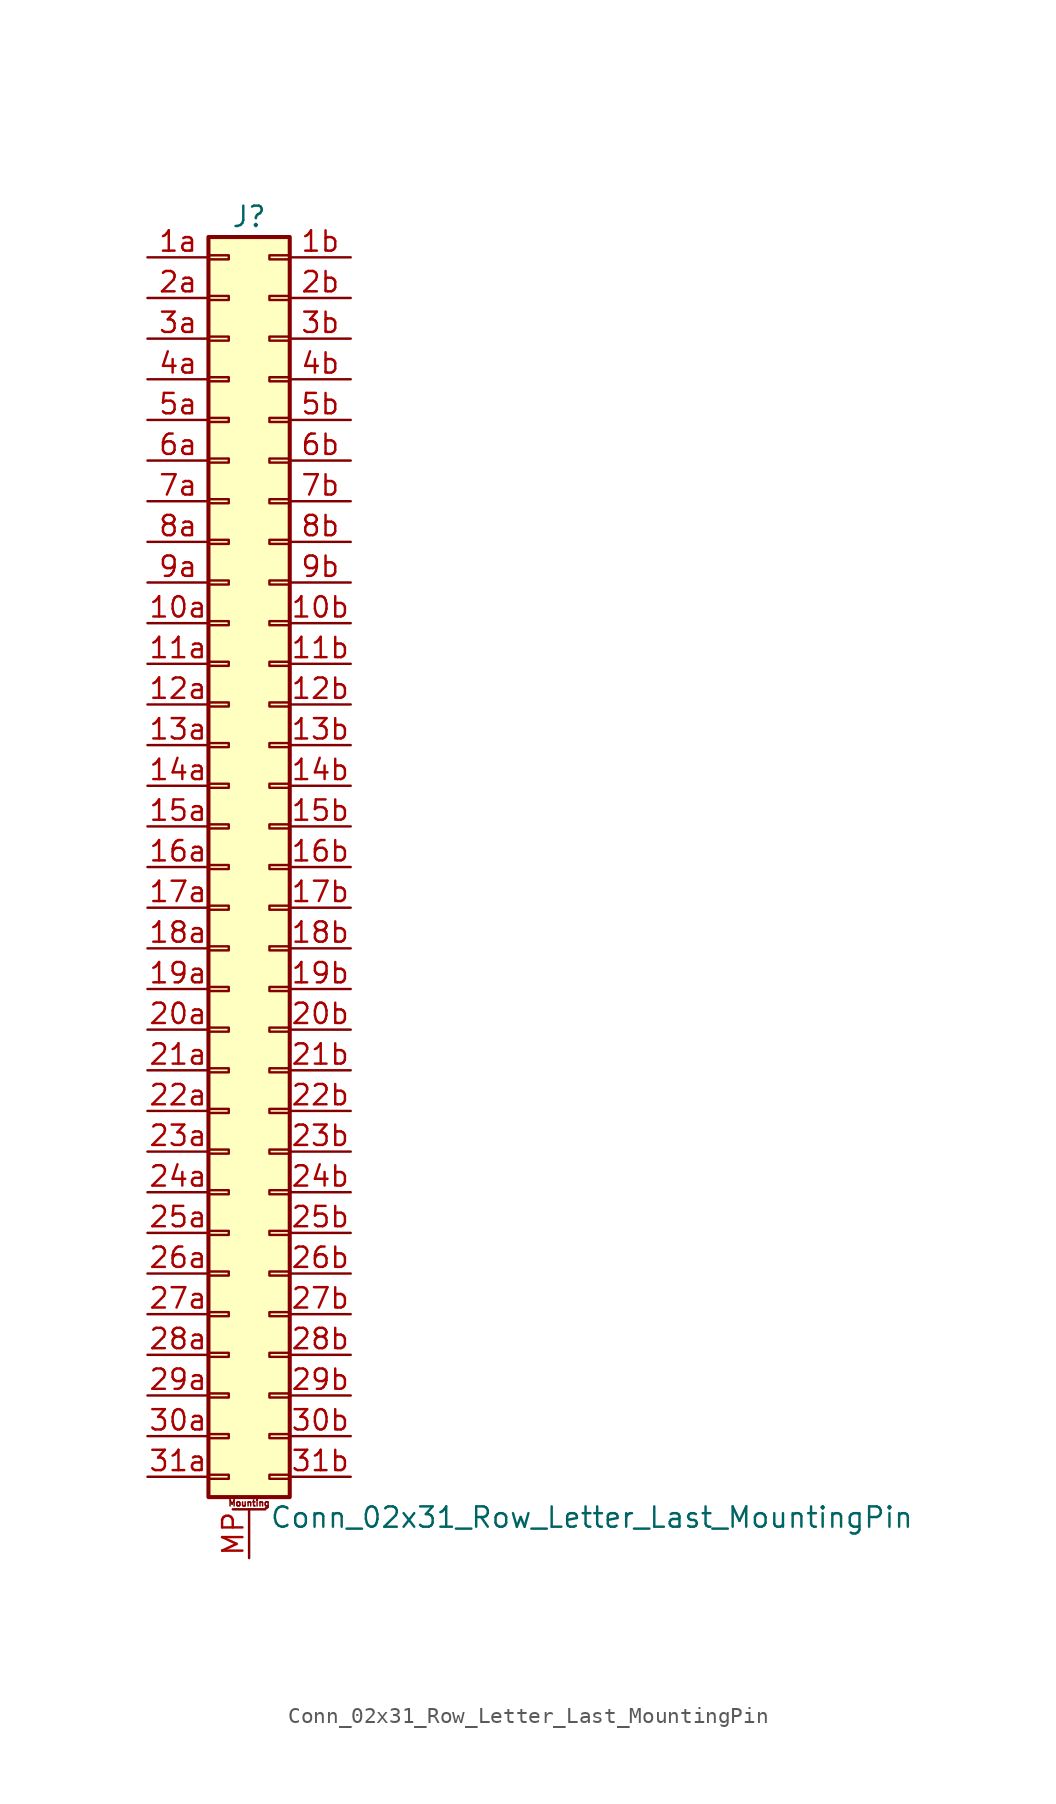
<source format=kicad_sym>
(kicad_symbol_lib
  (version 20211014)
  (generator kicad_symbol_editor)
  (symbol "Conn_02x31_Row_Letter_Last_MountingPin"
    (pin_names
      (offset 1.016) hide)
    (property "Reference" "J"
      (at 1.27 40.64 0)
      (effects (font (size 1.27 1.27))))
    (property "Value" "Conn_02x31_Row_Letter_Last_MountingPin"
      (at 2.54 -40.64 0)
      (effects (font (size 1.27 1.27)) (justify left)))
    (symbol "Conn_02x31_Row_Letter_Last_MountingPin_1_1"
      (rectangle (start -1.27 -37.973) (end 0 -38.227) (stroke (width 0.152) (type default) (color 0 0 0 0)) (fill (type none)))
      (rectangle (start -1.27 -35.433) (end 0 -35.687) (stroke (width 0.152) (type default) (color 0 0 0 0)) (fill (type none)))
      (rectangle (start -1.27 -32.893) (end 0 -33.147) (stroke (width 0.152) (type default) (color 0 0 0 0)) (fill (type none)))
      (rectangle (start -1.27 -30.353) (end 0 -30.607) (stroke (width 0.152) (type default) (color 0 0 0 0)) (fill (type none)))
      (rectangle (start -1.27 -27.813) (end 0 -28.067) (stroke (width 0.152) (type default) (color 0 0 0 0)) (fill (type none)))
      (rectangle (start -1.27 -25.273) (end 0 -25.527) (stroke (width 0.152) (type default) (color 0 0 0 0)) (fill (type none)))
      (rectangle (start -1.27 -22.733) (end 0 -22.987) (stroke (width 0.152) (type default) (color 0 0 0 0)) (fill (type none)))
      (rectangle (start -1.27 -20.193) (end 0 -20.447) (stroke (width 0.152) (type default) (color 0 0 0 0)) (fill (type none)))
      (rectangle (start -1.27 -17.653) (end 0 -17.907) (stroke (width 0.152) (type default) (color 0 0 0 0)) (fill (type none)))
      (rectangle (start -1.27 -15.113) (end 0 -15.367) (stroke (width 0.152) (type default) (color 0 0 0 0)) (fill (type none)))
      (rectangle (start -1.27 -12.573) (end 0 -12.827) (stroke (width 0.152) (type default) (color 0 0 0 0)) (fill (type none)))
      (rectangle (start -1.27 -10.033) (end 0 -10.287) (stroke (width 0.152) (type default) (color 0 0 0 0)) (fill (type none)))
      (rectangle (start -1.27 -7.493) (end 0 -7.747) (stroke (width 0.152) (type default) (color 0 0 0 0)) (fill (type none)))
      (rectangle (start -1.27 -4.953) (end 0 -5.207) (stroke (width 0.152) (type default) (color 0 0 0 0)) (fill (type none)))
      (rectangle (start -1.27 -2.413) (end 0 -2.667) (stroke (width 0.152) (type default) (color 0 0 0 0)) (fill (type none)))
      (rectangle (start -1.27 0.127) (end 0 -0.127) (stroke (width 0.152) (type default) (color 0 0 0 0)) (fill (type none)))
      (rectangle (start -1.27 2.667) (end 0 2.413) (stroke (width 0.152) (type default) (color 0 0 0 0)) (fill (type none)))
      (rectangle (start -1.27 5.207) (end 0 4.953) (stroke (width 0.152) (type default) (color 0 0 0 0)) (fill (type none)))
      (rectangle (start -1.27 7.747) (end 0 7.493) (stroke (width 0.152) (type default) (color 0 0 0 0)) (fill (type none)))
      (rectangle (start -1.27 10.287) (end 0 10.033) (stroke (width 0.152) (type default) (color 0 0 0 0)) (fill (type none)))
      (rectangle (start -1.27 12.827) (end 0 12.573) (stroke (width 0.152) (type default) (color 0 0 0 0)) (fill (type none)))
      (rectangle (start -1.27 15.367) (end 0 15.113) (stroke (width 0.152) (type default) (color 0 0 0 0)) (fill (type none)))
      (rectangle (start -1.27 17.907) (end 0 17.653) (stroke (width 0.152) (type default) (color 0 0 0 0)) (fill (type none)))
      (rectangle (start -1.27 20.447) (end 0 20.193) (stroke (width 0.152) (type default) (color 0 0 0 0)) (fill (type none)))
      (rectangle (start -1.27 22.987) (end 0 22.733) (stroke (width 0.152) (type default) (color 0 0 0 0)) (fill (type none)))
      (rectangle (start -1.27 25.527) (end 0 25.273) (stroke (width 0.152) (type default) (color 0 0 0 0)) (fill (type none)))
      (rectangle (start -1.27 28.067) (end 0 27.813) (stroke (width 0.152) (type default) (color 0 0 0 0)) (fill (type none)))
      (rectangle (start -1.27 30.607) (end 0 30.353) (stroke (width 0.152) (type default) (color 0 0 0 0)) (fill (type none)))
      (rectangle (start -1.27 33.147) (end 0 32.893) (stroke (width 0.152) (type default) (color 0 0 0 0)) (fill (type none)))
      (rectangle (start -1.27 35.687) (end 0 35.433) (stroke (width 0.152) (type default) (color 0 0 0 0)) (fill (type none)))
      (rectangle (start -1.27 38.227) (end 0 37.973) (stroke (width 0.152) (type default) (color 0 0 0 0)) (fill (type none)))
      (rectangle (start -1.27 39.37) (end 3.81 -39.37) (stroke (width 0.254) (type default) (color 0 0 0 0)) (fill (type background)))
      (polyline (pts (xy 0.254 -40.132) (xy 2.286 -40.132)) (stroke (width 0.152) (type default) (color 0 0 0 0)) (fill (type none)))
      (rectangle (start 3.81 -37.973) (end 2.54 -38.227) (stroke (width 0.152) (type default) (color 0 0 0 0)) (fill (type none)))
      (rectangle (start 3.81 -35.433) (end 2.54 -35.687) (stroke (width 0.152) (type default) (color 0 0 0 0)) (fill (type none)))
      (rectangle (start 3.81 -32.893) (end 2.54 -33.147) (stroke (width 0.152) (type default) (color 0 0 0 0)) (fill (type none)))
      (rectangle (start 3.81 -30.353) (end 2.54 -30.607) (stroke (width 0.152) (type default) (color 0 0 0 0)) (fill (type none)))
      (rectangle (start 3.81 -27.813) (end 2.54 -28.067) (stroke (width 0.152) (type default) (color 0 0 0 0)) (fill (type none)))
      (rectangle (start 3.81 -25.273) (end 2.54 -25.527) (stroke (width 0.152) (type default) (color 0 0 0 0)) (fill (type none)))
      (rectangle (start 3.81 -22.733) (end 2.54 -22.987) (stroke (width 0.152) (type default) (color 0 0 0 0)) (fill (type none)))
      (rectangle (start 3.81 -20.193) (end 2.54 -20.447) (stroke (width 0.152) (type default) (color 0 0 0 0)) (fill (type none)))
      (rectangle (start 3.81 -17.653) (end 2.54 -17.907) (stroke (width 0.152) (type default) (color 0 0 0 0)) (fill (type none)))
      (rectangle (start 3.81 -15.113) (end 2.54 -15.367) (stroke (width 0.152) (type default) (color 0 0 0 0)) (fill (type none)))
      (rectangle (start 3.81 -12.573) (end 2.54 -12.827) (stroke (width 0.152) (type default) (color 0 0 0 0)) (fill (type none)))
      (rectangle (start 3.81 -10.033) (end 2.54 -10.287) (stroke (width 0.152) (type default) (color 0 0 0 0)) (fill (type none)))
      (rectangle (start 3.81 -7.493) (end 2.54 -7.747) (stroke (width 0.152) (type default) (color 0 0 0 0)) (fill (type none)))
      (rectangle (start 3.81 -4.953) (end 2.54 -5.207) (stroke (width 0.152) (type default) (color 0 0 0 0)) (fill (type none)))
      (rectangle (start 3.81 -2.413) (end 2.54 -2.667) (stroke (width 0.152) (type default) (color 0 0 0 0)) (fill (type none)))
      (rectangle (start 3.81 0.127) (end 2.54 -0.127) (stroke (width 0.152) (type default) (color 0 0 0 0)) (fill (type none)))
      (rectangle (start 3.81 2.667) (end 2.54 2.413) (stroke (width 0.152) (type default) (color 0 0 0 0)) (fill (type none)))
      (rectangle (start 3.81 5.207) (end 2.54 4.953) (stroke (width 0.152) (type default) (color 0 0 0 0)) (fill (type none)))
      (rectangle (start 3.81 7.747) (end 2.54 7.493) (stroke (width 0.152) (type default) (color 0 0 0 0)) (fill (type none)))
      (rectangle (start 3.81 10.287) (end 2.54 10.033) (stroke (width 0.152) (type default) (color 0 0 0 0)) (fill (type none)))
      (rectangle (start 3.81 12.827) (end 2.54 12.573) (stroke (width 0.152) (type default) (color 0 0 0 0)) (fill (type none)))
      (rectangle (start 3.81 15.367) (end 2.54 15.113) (stroke (width 0.152) (type default) (color 0 0 0 0)) (fill (type none)))
      (rectangle (start 3.81 17.907) (end 2.54 17.653) (stroke (width 0.152) (type default) (color 0 0 0 0)) (fill (type none)))
      (rectangle (start 3.81 20.447) (end 2.54 20.193) (stroke (width 0.152) (type default) (color 0 0 0 0)) (fill (type none)))
      (rectangle (start 3.81 22.987) (end 2.54 22.733) (stroke (width 0.152) (type default) (color 0 0 0 0)) (fill (type none)))
      (rectangle (start 3.81 25.527) (end 2.54 25.273) (stroke (width 0.152) (type default) (color 0 0 0 0)) (fill (type none)))
      (rectangle (start 3.81 28.067) (end 2.54 27.813) (stroke (width 0.152) (type default) (color 0 0 0 0)) (fill (type none)))
      (rectangle (start 3.81 30.607) (end 2.54 30.353) (stroke (width 0.152) (type default) (color 0 0 0 0)) (fill (type none)))
      (rectangle (start 3.81 33.147) (end 2.54 32.893) (stroke (width 0.152) (type default) (color 0 0 0 0)) (fill (type none)))
      (rectangle (start 3.81 35.687) (end 2.54 35.433) (stroke (width 0.152) (type default) (color 0 0 0 0)) (fill (type none)))
      (rectangle (start 3.81 38.227) (end 2.54 37.973) (stroke (width 0.152) (type default) (color 0 0 0 0)) (fill (type none)))
      (text "Mounting" (at 1.27 -39.751 0) (effects (font (size 0.381 0.381))))
      (pin passive line (at -5.08 15.24 0) (length 3.81) (name "Pin_10a" (effects (font (size 1.27 1.27)))) (number "10a" (effects (font (size 1.27 1.27)))))
      (pin passive line (at 7.62 15.24 180) (length 3.81) (name "Pin_10b" (effects (font (size 1.27 1.27)))) (number "10b" (effects (font (size 1.27 1.27)))))
      (pin passive line (at -5.08 12.7 0) (length 3.81) (name "Pin_11a" (effects (font (size 1.27 1.27)))) (number "11a" (effects (font (size 1.27 1.27)))))
      (pin passive line (at 7.62 12.7 180) (length 3.81) (name "Pin_11b" (effects (font (size 1.27 1.27)))) (number "11b" (effects (font (size 1.27 1.27)))))
      (pin passive line (at -5.08 10.16 0) (length 3.81) (name "Pin_12a" (effects (font (size 1.27 1.27)))) (number "12a" (effects (font (size 1.27 1.27)))))
      (pin passive line (at 7.62 10.16 180) (length 3.81) (name "Pin_12b" (effects (font (size 1.27 1.27)))) (number "12b" (effects (font (size 1.27 1.27)))))
      (pin passive line (at -5.08 7.62 0) (length 3.81) (name "Pin_13a" (effects (font (size 1.27 1.27)))) (number "13a" (effects (font (size 1.27 1.27)))))
      (pin passive line (at 7.62 7.62 180) (length 3.81) (name "Pin_13b" (effects (font (size 1.27 1.27)))) (number "13b" (effects (font (size 1.27 1.27)))))
      (pin passive line (at -5.08 5.08 0) (length 3.81) (name "Pin_14a" (effects (font (size 1.27 1.27)))) (number "14a" (effects (font (size 1.27 1.27)))))
      (pin passive line (at 7.62 5.08 180) (length 3.81) (name "Pin_14b" (effects (font (size 1.27 1.27)))) (number "14b" (effects (font (size 1.27 1.27)))))
      (pin passive line (at -5.08 2.54 0) (length 3.81) (name "Pin_15a" (effects (font (size 1.27 1.27)))) (number "15a" (effects (font (size 1.27 1.27)))))
      (pin passive line (at 7.62 2.54 180) (length 3.81) (name "Pin_15b" (effects (font (size 1.27 1.27)))) (number "15b" (effects (font (size 1.27 1.27)))))
      (pin passive line (at -5.08 0 0) (length 3.81) (name "Pin_16a" (effects (font (size 1.27 1.27)))) (number "16a" (effects (font (size 1.27 1.27)))))
      (pin passive line (at 7.62 0 180) (length 3.81) (name "Pin_16b" (effects (font (size 1.27 1.27)))) (number "16b" (effects (font (size 1.27 1.27)))))
      (pin passive line (at -5.08 -2.54 0) (length 3.81) (name "Pin_17a" (effects (font (size 1.27 1.27)))) (number "17a" (effects (font (size 1.27 1.27)))))
      (pin passive line (at 7.62 -2.54 180) (length 3.81) (name "Pin_17b" (effects (font (size 1.27 1.27)))) (number "17b" (effects (font (size 1.27 1.27)))))
      (pin passive line (at -5.08 -5.08 0) (length 3.81) (name "Pin_18a" (effects (font (size 1.27 1.27)))) (number "18a" (effects (font (size 1.27 1.27)))))
      (pin passive line (at 7.62 -5.08 180) (length 3.81) (name "Pin_18b" (effects (font (size 1.27 1.27)))) (number "18b" (effects (font (size 1.27 1.27)))))
      (pin passive line (at -5.08 -7.62 0) (length 3.81) (name "Pin_19a" (effects (font (size 1.27 1.27)))) (number "19a" (effects (font (size 1.27 1.27)))))
      (pin passive line (at 7.62 -7.62 180) (length 3.81) (name "Pin_19b" (effects (font (size 1.27 1.27)))) (number "19b" (effects (font (size 1.27 1.27)))))
      (pin passive line (at -5.08 38.1 0) (length 3.81) (name "Pin_1a" (effects (font (size 1.27 1.27)))) (number "1a" (effects (font (size 1.27 1.27)))))
      (pin passive line (at 7.62 38.1 180) (length 3.81) (name "Pin_1b" (effects (font (size 1.27 1.27)))) (number "1b" (effects (font (size 1.27 1.27)))))
      (pin passive line (at -5.08 -10.16 0) (length 3.81) (name "Pin_20a" (effects (font (size 1.27 1.27)))) (number "20a" (effects (font (size 1.27 1.27)))))
      (pin passive line (at 7.62 -10.16 180) (length 3.81) (name "Pin_20b" (effects (font (size 1.27 1.27)))) (number "20b" (effects (font (size 1.27 1.27)))))
      (pin passive line (at -5.08 -12.7 0) (length 3.81) (name "Pin_21a" (effects (font (size 1.27 1.27)))) (number "21a" (effects (font (size 1.27 1.27)))))
      (pin passive line (at 7.62 -12.7 180) (length 3.81) (name "Pin_21b" (effects (font (size 1.27 1.27)))) (number "21b" (effects (font (size 1.27 1.27)))))
      (pin passive line (at -5.08 -15.24 0) (length 3.81) (name "Pin_22a" (effects (font (size 1.27 1.27)))) (number "22a" (effects (font (size 1.27 1.27)))))
      (pin passive line (at 7.62 -15.24 180) (length 3.81) (name "Pin_22b" (effects (font (size 1.27 1.27)))) (number "22b" (effects (font (size 1.27 1.27)))))
      (pin passive line (at -5.08 -17.78 0) (length 3.81) (name "Pin_23a" (effects (font (size 1.27 1.27)))) (number "23a" (effects (font (size 1.27 1.27)))))
      (pin passive line (at 7.62 -17.78 180) (length 3.81) (name "Pin_23b" (effects (font (size 1.27 1.27)))) (number "23b" (effects (font (size 1.27 1.27)))))
      (pin passive line (at -5.08 -20.32 0) (length 3.81) (name "Pin_24a" (effects (font (size 1.27 1.27)))) (number "24a" (effects (font (size 1.27 1.27)))))
      (pin passive line (at 7.62 -20.32 180) (length 3.81) (name "Pin_24b" (effects (font (size 1.27 1.27)))) (number "24b" (effects (font (size 1.27 1.27)))))
      (pin passive line (at -5.08 -22.86 0) (length 3.81) (name "Pin_25a" (effects (font (size 1.27 1.27)))) (number "25a" (effects (font (size 1.27 1.27)))))
      (pin passive line (at 7.62 -22.86 180) (length 3.81) (name "Pin_25b" (effects (font (size 1.27 1.27)))) (number "25b" (effects (font (size 1.27 1.27)))))
      (pin passive line (at -5.08 -25.4 0) (length 3.81) (name "Pin_26a" (effects (font (size 1.27 1.27)))) (number "26a" (effects (font (size 1.27 1.27)))))
      (pin passive line (at 7.62 -25.4 180) (length 3.81) (name "Pin_26b" (effects (font (size 1.27 1.27)))) (number "26b" (effects (font (size 1.27 1.27)))))
      (pin passive line (at -5.08 -27.94 0) (length 3.81) (name "Pin_27a" (effects (font (size 1.27 1.27)))) (number "27a" (effects (font (size 1.27 1.27)))))
      (pin passive line (at 7.62 -27.94 180) (length 3.81) (name "Pin_27b" (effects (font (size 1.27 1.27)))) (number "27b" (effects (font (size 1.27 1.27)))))
      (pin passive line (at -5.08 -30.48 0) (length 3.81) (name "Pin_28a" (effects (font (size 1.27 1.27)))) (number "28a" (effects (font (size 1.27 1.27)))))
      (pin passive line (at 7.62 -30.48 180) (length 3.81) (name "Pin_28b" (effects (font (size 1.27 1.27)))) (number "28b" (effects (font (size 1.27 1.27)))))
      (pin passive line (at -5.08 -33.02 0) (length 3.81) (name "Pin_29a" (effects (font (size 1.27 1.27)))) (number "29a" (effects (font (size 1.27 1.27)))))
      (pin passive line (at 7.62 -33.02 180) (length 3.81) (name "Pin_29b" (effects (font (size 1.27 1.27)))) (number "29b" (effects (font (size 1.27 1.27)))))
      (pin passive line (at -5.08 35.56 0) (length 3.81) (name "Pin_2a" (effects (font (size 1.27 1.27)))) (number "2a" (effects (font (size 1.27 1.27)))))
      (pin passive line (at 7.62 35.56 180) (length 3.81) (name "Pin_2b" (effects (font (size 1.27 1.27)))) (number "2b" (effects (font (size 1.27 1.27)))))
      (pin passive line (at -5.08 -35.56 0) (length 3.81) (name "Pin_30a" (effects (font (size 1.27 1.27)))) (number "30a" (effects (font (size 1.27 1.27)))))
      (pin passive line (at 7.62 -35.56 180) (length 3.81) (name "Pin_30b" (effects (font (size 1.27 1.27)))) (number "30b" (effects (font (size 1.27 1.27)))))
      (pin passive line (at -5.08 -38.1 0) (length 3.81) (name "Pin_31a" (effects (font (size 1.27 1.27)))) (number "31a" (effects (font (size 1.27 1.27)))))
      (pin passive line (at 7.62 -38.1 180) (length 3.81) (name "Pin_31b" (effects (font (size 1.27 1.27)))) (number "31b" (effects (font (size 1.27 1.27)))))
      (pin passive line (at -5.08 33.02 0) (length 3.81) (name "Pin_3a" (effects (font (size 1.27 1.27)))) (number "3a" (effects (font (size 1.27 1.27)))))
      (pin passive line (at 7.62 33.02 180) (length 3.81) (name "Pin_3b" (effects (font (size 1.27 1.27)))) (number "3b" (effects (font (size 1.27 1.27)))))
      (pin passive line (at -5.08 30.48 0) (length 3.81) (name "Pin_4a" (effects (font (size 1.27 1.27)))) (number "4a" (effects (font (size 1.27 1.27)))))
      (pin passive line (at 7.62 30.48 180) (length 3.81) (name "Pin_4b" (effects (font (size 1.27 1.27)))) (number "4b" (effects (font (size 1.27 1.27)))))
      (pin passive line (at -5.08 27.94 0) (length 3.81) (name "Pin_5a" (effects (font (size 1.27 1.27)))) (number "5a" (effects (font (size 1.27 1.27)))))
      (pin passive line (at 7.62 27.94 180) (length 3.81) (name "Pin_5b" (effects (font (size 1.27 1.27)))) (number "5b" (effects (font (size 1.27 1.27)))))
      (pin passive line (at -5.08 25.4 0) (length 3.81) (name "Pin_6a" (effects (font (size 1.27 1.27)))) (number "6a" (effects (font (size 1.27 1.27)))))
      (pin passive line (at 7.62 25.4 180) (length 3.81) (name "Pin_6b" (effects (font (size 1.27 1.27)))) (number "6b" (effects (font (size 1.27 1.27)))))
      (pin passive line (at -5.08 22.86 0) (length 3.81) (name "Pin_7a" (effects (font (size 1.27 1.27)))) (number "7a" (effects (font (size 1.27 1.27)))))
      (pin passive line (at 7.62 22.86 180) (length 3.81) (name "Pin_7b" (effects (font (size 1.27 1.27)))) (number "7b" (effects (font (size 1.27 1.27)))))
      (pin passive line (at -5.08 20.32 0) (length 3.81) (name "Pin_8a" (effects (font (size 1.27 1.27)))) (number "8a" (effects (font (size 1.27 1.27)))))
      (pin passive line (at 7.62 20.32 180) (length 3.81) (name "Pin_8b" (effects (font (size 1.27 1.27)))) (number "8b" (effects (font (size 1.27 1.27)))))
      (pin passive line (at -5.08 17.78 0) (length 3.81) (name "Pin_9a" (effects (font (size 1.27 1.27)))) (number "9a" (effects (font (size 1.27 1.27)))))
      (pin passive line (at 7.62 17.78 180) (length 3.81) (name "Pin_9b" (effects (font (size 1.27 1.27)))) (number "9b" (effects (font (size 1.27 1.27)))))
      (pin passive line (at 1.27 -43.18 90) (length 3.048) (name "MountPin" (effects (font (size 1.27 1.27)))) (number "MP" (effects (font (size 1.27 1.27))))))))
</source>
